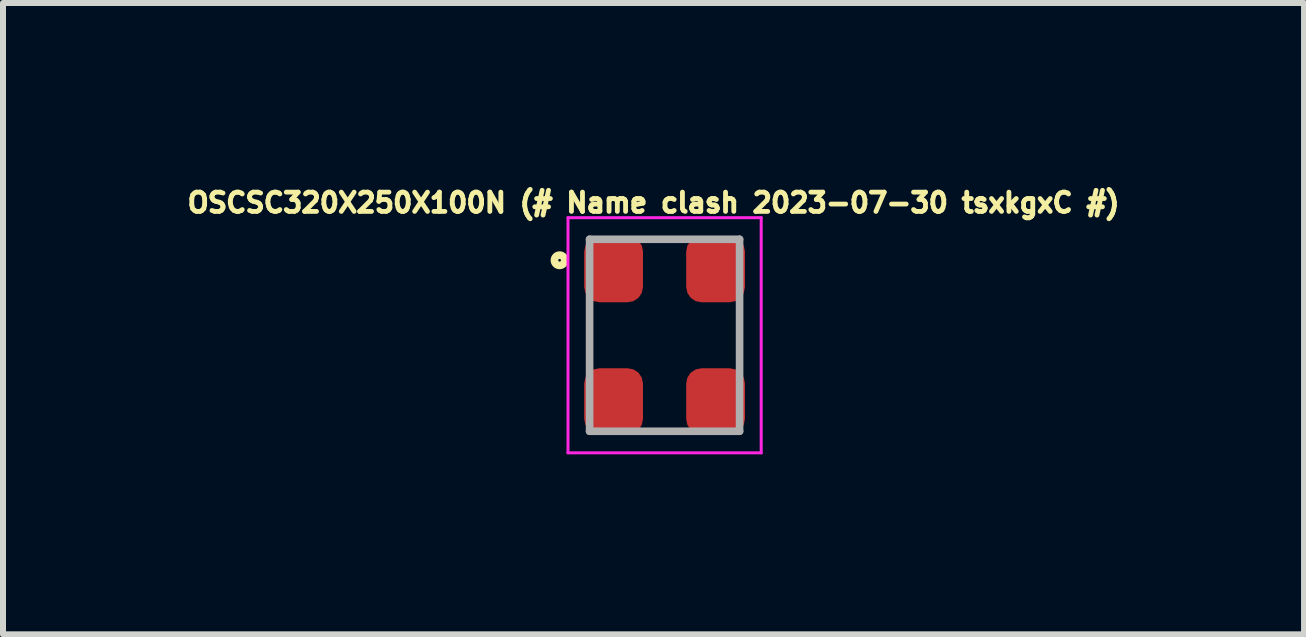
<source format=kicad_pcb>
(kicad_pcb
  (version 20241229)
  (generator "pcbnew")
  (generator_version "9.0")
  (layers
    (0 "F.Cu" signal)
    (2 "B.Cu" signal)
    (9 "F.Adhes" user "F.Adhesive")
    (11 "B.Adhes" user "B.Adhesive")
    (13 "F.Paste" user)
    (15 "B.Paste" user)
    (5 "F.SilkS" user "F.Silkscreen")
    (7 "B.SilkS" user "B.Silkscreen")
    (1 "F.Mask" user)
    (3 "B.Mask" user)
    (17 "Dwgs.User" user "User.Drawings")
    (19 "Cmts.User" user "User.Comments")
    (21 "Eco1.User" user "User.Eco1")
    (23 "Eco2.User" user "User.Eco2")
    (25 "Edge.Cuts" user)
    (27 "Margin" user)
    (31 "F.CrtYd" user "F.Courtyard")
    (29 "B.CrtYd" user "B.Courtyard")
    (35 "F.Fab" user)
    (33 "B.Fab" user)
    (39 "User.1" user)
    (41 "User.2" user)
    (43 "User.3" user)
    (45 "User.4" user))
  (footprint "OSCSC320X250X100N (# Name clash 2023-07-30 tsxkgxC #)"
    (layer "F.Cu")
    (at 8.027 2.538)
    (property "Reference" "OSCSC320X250X100N (# Name clash 2023-07-30 tsxkgxC #)" (at -0.184 -2.209 0) (layer "F.SilkS") (effects (font (size 0.321 0.321) (thickness 0.15))))
    (attr through_hole)
    (fp_circle (center -1.75 -1.25) (end -1.664 -1.25) (stroke (width 0.127) (type solid)) (fill no) (layer "F.SilkS"))
    (fp_line (start -1.61 -1.96) (end 1.61 -1.96) (stroke (width 0.05) (type solid)) (layer "F.CrtYd"))
    (fp_line (start -1.61 1.96) (end -1.61 -1.96) (stroke (width 0.05) (type solid)) (layer "F.CrtYd"))
    (fp_line (start 1.61 1.96) (end -1.61 1.96) (stroke (width 0.05) (type solid)) (layer "F.CrtYd"))
    (fp_line (start 1.61 1.96) (end 1.61 -1.96) (stroke (width 0.05) (type solid)) (layer "F.CrtYd"))
    (fp_line (start -1.25 -1.6) (end 1.25 -1.6) (stroke (width 0.127) (type solid)) (layer "F.Fab"))
    (fp_line (start -1.25 1.6) (end -1.25 -1.6) (stroke (width 0.127) (type solid)) (layer "F.Fab"))
    (fp_line (start 1.25 -1.6) (end 1.25 1.6) (stroke (width 0.127) (type solid)) (layer "F.Fab"))
    (fp_line (start 1.25 1.6) (end -1.25 1.6) (stroke (width 0.127) (type solid)) (layer "F.Fab"))
    (pad "1" smd roundrect (at -0.85 -1.1) (size 0.98 1.1) (layers "F.Cu" "F.Mask" "F.Paste") (roundrect_rratio 0.26))
    (pad "2" smd roundrect (at -0.85 1.1) (size 0.98 1.1) (layers "F.Cu" "F.Mask" "F.Paste") (roundrect_rratio 0.26))
    (pad "3" smd roundrect (at 0.85 1.1) (size 0.98 1.1) (layers "F.Cu" "F.Mask" "F.Paste") (roundrect_rratio 0.26))
    (pad "4" smd roundrect (at 0.85 -1.1) (size 0.98 1.1) (layers "F.Cu" "F.Mask" "F.Paste") (roundrect_rratio 0.26)))
  (gr_rect
    (start -3 -3)
    (end 18.685 7.523)
    (stroke (width 0.1) (type default))
    (fill no)
    (layer "Edge.Cuts")))
</source>
